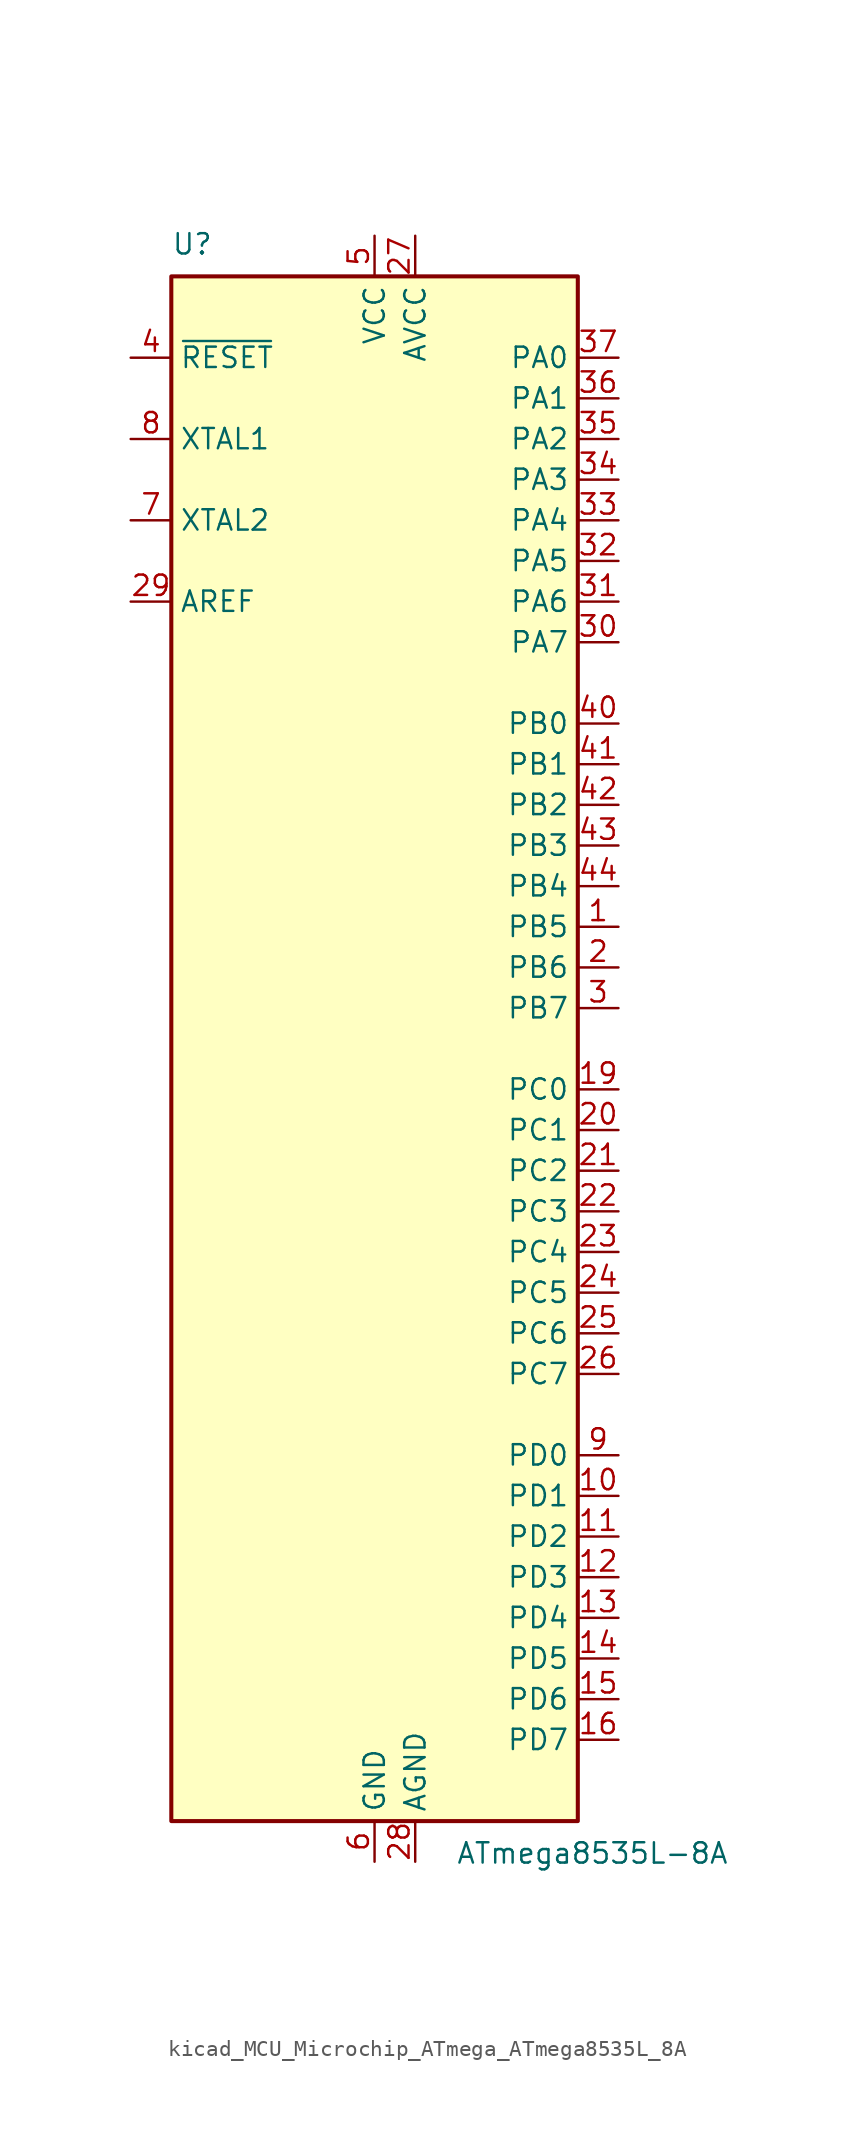
<source format=kicad_sym>
(kicad_symbol_lib
  (version 20220914)
  (generator kicad_symbol_editor)
  (symbol "kicad_MCU_Microchip_ATmega_ATmega8535L_8A"
    (property "Reference" "U"
      (at -12.7 49.53 0)
      (effects (font (size 1.27 1.27)) (justify left bottom)))
    (property "Value" "ATmega8535L-8A"
      (at 5.08 -49.53 0)
      (effects (font (size 1.27 1.27)) (justify left top)))
    (symbol "kicad_MCU_Microchip_ATmega_ATmega8535L_8A_0_1"
      (rectangle (start -12.7 -48.26) (end 12.7 48.26) (stroke (width 0.254) (type default)) (fill (type background))))
    (symbol "kicad_MCU_Microchip_ATmega_ATmega8535L_8A_1_1"
      (pin bidirectional line (at 15.24 7.62 180) (length 2.54) (name "PB5" (effects (font (size 1.27 1.27)))) (number "1" (effects (font (size 1.27 1.27)))))
      (pin bidirectional line (at 15.24 -27.94 180) (length 2.54) (name "PD1" (effects (font (size 1.27 1.27)))) (number "10" (effects (font (size 1.27 1.27)))))
      (pin bidirectional line (at 15.24 -30.48 180) (length 2.54) (name "PD2" (effects (font (size 1.27 1.27)))) (number "11" (effects (font (size 1.27 1.27)))))
      (pin bidirectional line (at 15.24 -33.02 180) (length 2.54) (name "PD3" (effects (font (size 1.27 1.27)))) (number "12" (effects (font (size 1.27 1.27)))))
      (pin bidirectional line (at 15.24 -35.56 180) (length 2.54) (name "PD4" (effects (font (size 1.27 1.27)))) (number "13" (effects (font (size 1.27 1.27)))))
      (pin bidirectional line (at 15.24 -38.1 180) (length 2.54) (name "PD5" (effects (font (size 1.27 1.27)))) (number "14" (effects (font (size 1.27 1.27)))))
      (pin bidirectional line (at 15.24 -40.64 180) (length 2.54) (name "PD6" (effects (font (size 1.27 1.27)))) (number "15" (effects (font (size 1.27 1.27)))))
      (pin bidirectional line (at 15.24 -43.18 180) (length 2.54) (name "PD7" (effects (font (size 1.27 1.27)))) (number "16" (effects (font (size 1.27 1.27)))))
      (pin passive line (at 0 50.8 270) (length 2.54) hide (name "VCC" (effects (font (size 1.27 1.27)))) (number "17" (effects (font (size 1.27 1.27)))))
      (pin passive line (at 0 -50.8 90) (length 2.54) hide (name "GND" (effects (font (size 1.27 1.27)))) (number "18" (effects (font (size 1.27 1.27)))))
      (pin bidirectional line (at 15.24 -2.54 180) (length 2.54) (name "PC0" (effects (font (size 1.27 1.27)))) (number "19" (effects (font (size 1.27 1.27)))))
      (pin bidirectional line (at 15.24 5.08 180) (length 2.54) (name "PB6" (effects (font (size 1.27 1.27)))) (number "2" (effects (font (size 1.27 1.27)))))
      (pin bidirectional line (at 15.24 -5.08 180) (length 2.54) (name "PC1" (effects (font (size 1.27 1.27)))) (number "20" (effects (font (size 1.27 1.27)))))
      (pin bidirectional line (at 15.24 -7.62 180) (length 2.54) (name "PC2" (effects (font (size 1.27 1.27)))) (number "21" (effects (font (size 1.27 1.27)))))
      (pin bidirectional line (at 15.24 -10.16 180) (length 2.54) (name "PC3" (effects (font (size 1.27 1.27)))) (number "22" (effects (font (size 1.27 1.27)))))
      (pin bidirectional line (at 15.24 -12.7 180) (length 2.54) (name "PC4" (effects (font (size 1.27 1.27)))) (number "23" (effects (font (size 1.27 1.27)))))
      (pin bidirectional line (at 15.24 -15.24 180) (length 2.54) (name "PC5" (effects (font (size 1.27 1.27)))) (number "24" (effects (font (size 1.27 1.27)))))
      (pin bidirectional line (at 15.24 -17.78 180) (length 2.54) (name "PC6" (effects (font (size 1.27 1.27)))) (number "25" (effects (font (size 1.27 1.27)))))
      (pin bidirectional line (at 15.24 -20.32 180) (length 2.54) (name "PC7" (effects (font (size 1.27 1.27)))) (number "26" (effects (font (size 1.27 1.27)))))
      (pin power_in line (at 2.54 50.8 270) (length 2.54) (name "AVCC" (effects (font (size 1.27 1.27)))) (number "27" (effects (font (size 1.27 1.27)))))
      (pin power_in line (at 2.54 -50.8 90) (length 2.54) (name "AGND" (effects (font (size 1.27 1.27)))) (number "28" (effects (font (size 1.27 1.27)))))
      (pin passive line (at -15.24 27.94 0) (length 2.54) (name "AREF" (effects (font (size 1.27 1.27)))) (number "29" (effects (font (size 1.27 1.27)))))
      (pin bidirectional line (at 15.24 2.54 180) (length 2.54) (name "PB7" (effects (font (size 1.27 1.27)))) (number "3" (effects (font (size 1.27 1.27)))))
      (pin bidirectional line (at 15.24 25.4 180) (length 2.54) (name "PA7" (effects (font (size 1.27 1.27)))) (number "30" (effects (font (size 1.27 1.27)))))
      (pin bidirectional line (at 15.24 27.94 180) (length 2.54) (name "PA6" (effects (font (size 1.27 1.27)))) (number "31" (effects (font (size 1.27 1.27)))))
      (pin bidirectional line (at 15.24 30.48 180) (length 2.54) (name "PA5" (effects (font (size 1.27 1.27)))) (number "32" (effects (font (size 1.27 1.27)))))
      (pin bidirectional line (at 15.24 33.02 180) (length 2.54) (name "PA4" (effects (font (size 1.27 1.27)))) (number "33" (effects (font (size 1.27 1.27)))))
      (pin bidirectional line (at 15.24 35.56 180) (length 2.54) (name "PA3" (effects (font (size 1.27 1.27)))) (number "34" (effects (font (size 1.27 1.27)))))
      (pin bidirectional line (at 15.24 38.1 180) (length 2.54) (name "PA2" (effects (font (size 1.27 1.27)))) (number "35" (effects (font (size 1.27 1.27)))))
      (pin bidirectional line (at 15.24 40.64 180) (length 2.54) (name "PA1" (effects (font (size 1.27 1.27)))) (number "36" (effects (font (size 1.27 1.27)))))
      (pin bidirectional line (at 15.24 43.18 180) (length 2.54) (name "PA0" (effects (font (size 1.27 1.27)))) (number "37" (effects (font (size 1.27 1.27)))))
      (pin passive line (at 0 50.8 270) (length 2.54) hide (name "VCC" (effects (font (size 1.27 1.27)))) (number "38" (effects (font (size 1.27 1.27)))))
      (pin passive line (at 0 -50.8 90) (length 2.54) hide (name "GND" (effects (font (size 1.27 1.27)))) (number "39" (effects (font (size 1.27 1.27)))))
      (pin input line (at -15.24 43.18 0) (length 2.54) (name "~{RESET}" (effects (font (size 1.27 1.27)))) (number "4" (effects (font (size 1.27 1.27)))))
      (pin bidirectional line (at 15.24 20.32 180) (length 2.54) (name "PB0" (effects (font (size 1.27 1.27)))) (number "40" (effects (font (size 1.27 1.27)))))
      (pin bidirectional line (at 15.24 17.78 180) (length 2.54) (name "PB1" (effects (font (size 1.27 1.27)))) (number "41" (effects (font (size 1.27 1.27)))))
      (pin bidirectional line (at 15.24 15.24 180) (length 2.54) (name "PB2" (effects (font (size 1.27 1.27)))) (number "42" (effects (font (size 1.27 1.27)))))
      (pin bidirectional line (at 15.24 12.7 180) (length 2.54) (name "PB3" (effects (font (size 1.27 1.27)))) (number "43" (effects (font (size 1.27 1.27)))))
      (pin bidirectional line (at 15.24 10.16 180) (length 2.54) (name "PB4" (effects (font (size 1.27 1.27)))) (number "44" (effects (font (size 1.27 1.27)))))
      (pin power_in line (at 0 50.8 270) (length 2.54) (name "VCC" (effects (font (size 1.27 1.27)))) (number "5" (effects (font (size 1.27 1.27)))))
      (pin power_in line (at 0 -50.8 90) (length 2.54) (name "GND" (effects (font (size 1.27 1.27)))) (number "6" (effects (font (size 1.27 1.27)))))
      (pin output line (at -15.24 33.02 0) (length 2.54) (name "XTAL2" (effects (font (size 1.27 1.27)))) (number "7" (effects (font (size 1.27 1.27)))))
      (pin input line (at -15.24 38.1 0) (length 2.54) (name "XTAL1" (effects (font (size 1.27 1.27)))) (number "8" (effects (font (size 1.27 1.27)))))
      (pin bidirectional line (at 15.24 -25.4 180) (length 2.54) (name "PD0" (effects (font (size 1.27 1.27)))) (number "9" (effects (font (size 1.27 1.27))))))))
</source>
